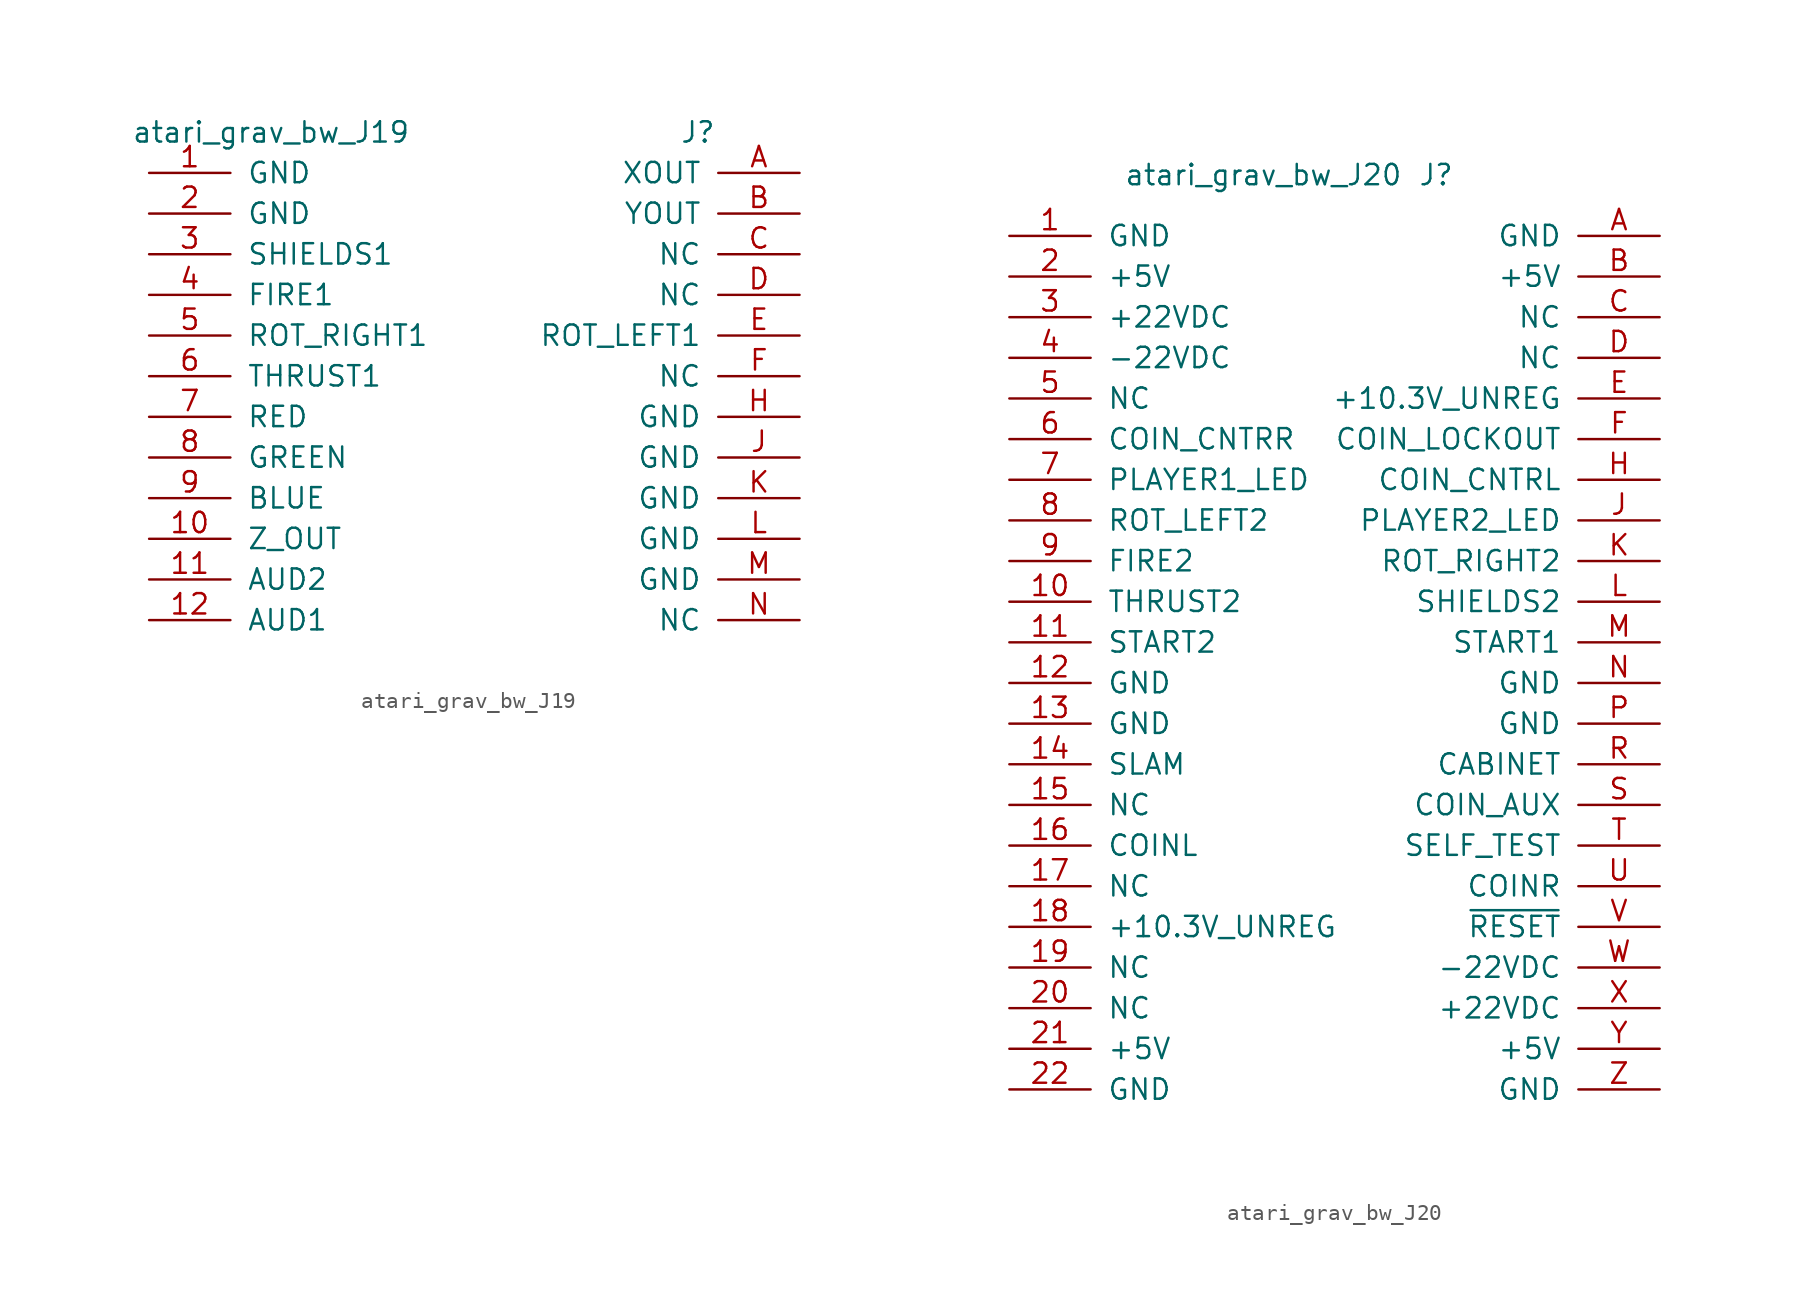
<source format=kicad_sym>
(kicad_symbol_lib
  (version 20211014)
  (generator kicad_symbol_editor)
  (symbol "atari_grav_bw_J19"
    (pin_names
      (offset 1.016))
    (property "Reference" "J"
      (at 15.24 16.51 0)
      (effects (font (size 1.27 1.27))))
    (property "Value" "atari_grav_bw_J19"
      (at -11.43 16.51 0)
      (effects (font (size 1.27 1.27))))
    (symbol "atari_grav_bw_J19_1_1"
      (pin passive line (at -19.05 13.97 0) (length 5.08) (name "GND" (effects (font (size 1.27 1.27)))) (number "1" (effects (font (size 1.27 1.27)))))
      (pin passive line (at -19.05 -8.89 0) (length 5.08) (name "Z_OUT" (effects (font (size 1.27 1.27)))) (number "10" (effects (font (size 1.27 1.27)))))
      (pin passive line (at -19.05 -11.43 0) (length 5.08) (name "AUD2" (effects (font (size 1.27 1.27)))) (number "11" (effects (font (size 1.27 1.27)))))
      (pin passive line (at -19.05 -13.97 0) (length 5.08) (name "AUD1" (effects (font (size 1.27 1.27)))) (number "12" (effects (font (size 1.27 1.27)))))
      (pin passive line (at -19.05 11.43 0) (length 5.08) (name "GND" (effects (font (size 1.27 1.27)))) (number "2" (effects (font (size 1.27 1.27)))))
      (pin passive line (at -19.05 8.89 0) (length 5.08) (name "SHIELDS1" (effects (font (size 1.27 1.27)))) (number "3" (effects (font (size 1.27 1.27)))))
      (pin passive line (at -19.05 6.35 0) (length 5.08) (name "FIRE1" (effects (font (size 1.27 1.27)))) (number "4" (effects (font (size 1.27 1.27)))))
      (pin passive line (at -19.05 3.81 0) (length 5.08) (name "ROT_RIGHT1" (effects (font (size 1.27 1.27)))) (number "5" (effects (font (size 1.27 1.27)))))
      (pin passive line (at -19.05 1.27 0) (length 5.08) (name "THRUST1" (effects (font (size 1.27 1.27)))) (number "6" (effects (font (size 1.27 1.27)))))
      (pin passive line (at -19.05 -1.27 0) (length 5.08) (name "RED" (effects (font (size 1.27 1.27)))) (number "7" (effects (font (size 1.27 1.27)))))
      (pin passive line (at -19.05 -3.81 0) (length 5.08) (name "GREEN" (effects (font (size 1.27 1.27)))) (number "8" (effects (font (size 1.27 1.27)))))
      (pin passive line (at -19.05 -6.35 0) (length 5.08) (name "BLUE" (effects (font (size 1.27 1.27)))) (number "9" (effects (font (size 1.27 1.27)))))
      (pin passive line (at 21.59 13.97 180) (length 5.08) (name "XOUT" (effects (font (size 1.27 1.27)))) (number "A" (effects (font (size 1.27 1.27)))))
      (pin passive line (at 21.59 11.43 180) (length 5.08) (name "YOUT" (effects (font (size 1.27 1.27)))) (number "B" (effects (font (size 1.27 1.27)))))
      (pin passive line (at 21.59 8.89 180) (length 5.08) (name "NC" (effects (font (size 1.27 1.27)))) (number "C" (effects (font (size 1.27 1.27)))))
      (pin passive line (at 21.59 6.35 180) (length 5.08) (name "NC" (effects (font (size 1.27 1.27)))) (number "D" (effects (font (size 1.27 1.27)))))
      (pin passive line (at 21.59 3.81 180) (length 5.08) (name "ROT_LEFT1" (effects (font (size 1.27 1.27)))) (number "E" (effects (font (size 1.27 1.27)))))
      (pin passive line (at 21.59 1.27 180) (length 5.08) (name "NC" (effects (font (size 1.27 1.27)))) (number "F" (effects (font (size 1.27 1.27)))))
      (pin passive line (at 21.59 -1.27 180) (length 5.08) (name "GND" (effects (font (size 1.27 1.27)))) (number "H" (effects (font (size 1.27 1.27)))))
      (pin passive line (at 21.59 -3.81 180) (length 5.08) (name "GND" (effects (font (size 1.27 1.27)))) (number "J" (effects (font (size 1.27 1.27)))))
      (pin passive line (at 21.59 -6.35 180) (length 5.08) (name "GND" (effects (font (size 1.27 1.27)))) (number "K" (effects (font (size 1.27 1.27)))))
      (pin passive line (at 21.59 -8.89 180) (length 5.08) (name "GND" (effects (font (size 1.27 1.27)))) (number "L" (effects (font (size 1.27 1.27)))))
      (pin passive line (at 21.59 -11.43 180) (length 5.08) (name "GND" (effects (font (size 1.27 1.27)))) (number "M" (effects (font (size 1.27 1.27)))))
      (pin passive line (at 21.59 -13.97 180) (length 5.08) (name "NC" (effects (font (size 1.27 1.27)))) (number "N" (effects (font (size 1.27 1.27)))))))
  (symbol "atari_grav_bw_J20"
    (pin_names
      (offset 1.016))
    (property "Reference" "J"
      (at 6.35 26.67 0)
      (effects (font (size 1.27 1.27))))
    (property "Value" "atari_grav_bw_J20"
      (at -4.445 26.67 0)
      (effects (font (size 1.27 1.27))))
    (symbol "atari_grav_bw_J20_1_1"
      (pin passive line (at -20.32 22.86 0) (length 5.08) (name "GND" (effects (font (size 1.27 1.27)))) (number "1" (effects (font (size 1.27 1.27)))))
      (pin passive line (at -20.32 0 0) (length 5.08) (name "THRUST2" (effects (font (size 1.27 1.27)))) (number "10" (effects (font (size 1.27 1.27)))))
      (pin passive line (at -20.32 -2.54 0) (length 5.08) (name "START2" (effects (font (size 1.27 1.27)))) (number "11" (effects (font (size 1.27 1.27)))))
      (pin passive line (at -20.32 -5.08 0) (length 5.08) (name "GND" (effects (font (size 1.27 1.27)))) (number "12" (effects (font (size 1.27 1.27)))))
      (pin passive line (at -20.32 -7.62 0) (length 5.08) (name "GND" (effects (font (size 1.27 1.27)))) (number "13" (effects (font (size 1.27 1.27)))))
      (pin passive line (at -20.32 -10.16 0) (length 5.08) (name "SLAM" (effects (font (size 1.27 1.27)))) (number "14" (effects (font (size 1.27 1.27)))))
      (pin passive line (at -20.32 -12.7 0) (length 5.08) (name "NC" (effects (font (size 1.27 1.27)))) (number "15" (effects (font (size 1.27 1.27)))))
      (pin passive line (at -20.32 -15.24 0) (length 5.08) (name "COINL" (effects (font (size 1.27 1.27)))) (number "16" (effects (font (size 1.27 1.27)))))
      (pin passive line (at -20.32 -17.78 0) (length 5.08) (name "NC" (effects (font (size 1.27 1.27)))) (number "17" (effects (font (size 1.27 1.27)))))
      (pin passive line (at -20.32 -20.32 0) (length 5.08) (name "+10.3V_UNREG" (effects (font (size 1.27 1.27)))) (number "18" (effects (font (size 1.27 1.27)))))
      (pin passive line (at -20.32 -22.86 0) (length 5.08) (name "NC" (effects (font (size 1.27 1.27)))) (number "19" (effects (font (size 1.27 1.27)))))
      (pin passive line (at -20.32 20.32 0) (length 5.08) (name "+5V" (effects (font (size 1.27 1.27)))) (number "2" (effects (font (size 1.27 1.27)))))
      (pin passive line (at -20.32 -25.4 0) (length 5.08) (name "NC" (effects (font (size 1.27 1.27)))) (number "20" (effects (font (size 1.27 1.27)))))
      (pin passive line (at -20.32 -27.94 0) (length 5.08) (name "+5V" (effects (font (size 1.27 1.27)))) (number "21" (effects (font (size 1.27 1.27)))))
      (pin passive line (at -20.32 -30.48 0) (length 5.08) (name "GND" (effects (font (size 1.27 1.27)))) (number "22" (effects (font (size 1.27 1.27)))))
      (pin passive line (at -20.32 17.78 0) (length 5.08) (name "+22VDC" (effects (font (size 1.27 1.27)))) (number "3" (effects (font (size 1.27 1.27)))))
      (pin passive line (at -20.32 15.24 0) (length 5.08) (name "-22VDC" (effects (font (size 1.27 1.27)))) (number "4" (effects (font (size 1.27 1.27)))))
      (pin passive line (at -20.32 12.7 0) (length 5.08) (name "NC" (effects (font (size 1.27 1.27)))) (number "5" (effects (font (size 1.27 1.27)))))
      (pin passive line (at -20.32 10.16 0) (length 5.08) (name "COIN_CNTRR" (effects (font (size 1.27 1.27)))) (number "6" (effects (font (size 1.27 1.27)))))
      (pin passive line (at -20.32 7.62 0) (length 5.08) (name "PLAYER1_LED" (effects (font (size 1.27 1.27)))) (number "7" (effects (font (size 1.27 1.27)))))
      (pin passive line (at -20.32 5.08 0) (length 5.08) (name "ROT_LEFT2" (effects (font (size 1.27 1.27)))) (number "8" (effects (font (size 1.27 1.27)))))
      (pin passive line (at -20.32 2.54 0) (length 5.08) (name "FIRE2" (effects (font (size 1.27 1.27)))) (number "9" (effects (font (size 1.27 1.27)))))
      (pin passive line (at 20.32 22.86 180) (length 5.08) (name "GND" (effects (font (size 1.27 1.27)))) (number "A" (effects (font (size 1.27 1.27)))))
      (pin passive line (at 20.32 20.32 180) (length 5.08) (name "+5V" (effects (font (size 1.27 1.27)))) (number "B" (effects (font (size 1.27 1.27)))))
      (pin passive line (at 20.32 17.78 180) (length 5.08) (name "NC" (effects (font (size 1.27 1.27)))) (number "C" (effects (font (size 1.27 1.27)))))
      (pin passive line (at 20.32 15.24 180) (length 5.08) (name "NC" (effects (font (size 1.27 1.27)))) (number "D" (effects (font (size 1.27 1.27)))))
      (pin passive line (at 20.32 12.7 180) (length 5.08) (name "+10.3V_UNREG" (effects (font (size 1.27 1.27)))) (number "E" (effects (font (size 1.27 1.27)))))
      (pin passive line (at 20.32 10.16 180) (length 5.08) (name "COIN_LOCKOUT" (effects (font (size 1.27 1.27)))) (number "F" (effects (font (size 1.27 1.27)))))
      (pin passive line (at 20.32 7.62 180) (length 5.08) (name "COIN_CNTRL" (effects (font (size 1.27 1.27)))) (number "H" (effects (font (size 1.27 1.27)))))
      (pin passive line (at 20.32 5.08 180) (length 5.08) (name "PLAYER2_LED" (effects (font (size 1.27 1.27)))) (number "J" (effects (font (size 1.27 1.27)))))
      (pin passive line (at 20.32 2.54 180) (length 5.08) (name "ROT_RIGHT2" (effects (font (size 1.27 1.27)))) (number "K" (effects (font (size 1.27 1.27)))))
      (pin passive line (at 20.32 0 180) (length 5.08) (name "SHIELDS2" (effects (font (size 1.27 1.27)))) (number "L" (effects (font (size 1.27 1.27)))))
      (pin passive line (at 20.32 -2.54 180) (length 5.08) (name "START1" (effects (font (size 1.27 1.27)))) (number "M" (effects (font (size 1.27 1.27)))))
      (pin passive line (at 20.32 -5.08 180) (length 5.08) (name "GND" (effects (font (size 1.27 1.27)))) (number "N" (effects (font (size 1.27 1.27)))))
      (pin passive line (at 20.32 -7.62 180) (length 5.08) (name "GND" (effects (font (size 1.27 1.27)))) (number "P" (effects (font (size 1.27 1.27)))))
      (pin passive line (at 20.32 -10.16 180) (length 5.08) (name "CABINET" (effects (font (size 1.27 1.27)))) (number "R" (effects (font (size 1.27 1.27)))))
      (pin passive line (at 20.32 -12.7 180) (length 5.08) (name "COIN_AUX" (effects (font (size 1.27 1.27)))) (number "S" (effects (font (size 1.27 1.27)))))
      (pin passive line (at 20.32 -15.24 180) (length 5.08) (name "SELF_TEST" (effects (font (size 1.27 1.27)))) (number "T" (effects (font (size 1.27 1.27)))))
      (pin passive line (at 20.32 -17.78 180) (length 5.08) (name "COINR" (effects (font (size 1.27 1.27)))) (number "U" (effects (font (size 1.27 1.27)))))
      (pin passive line (at 20.32 -20.32 180) (length 5.08) (name "~{RESET}" (effects (font (size 1.27 1.27)))) (number "V" (effects (font (size 1.27 1.27)))))
      (pin passive line (at 20.32 -22.86 180) (length 5.08) (name "-22VDC" (effects (font (size 1.27 1.27)))) (number "W" (effects (font (size 1.27 1.27)))))
      (pin passive line (at 20.32 -25.4 180) (length 5.08) (name "+22VDC" (effects (font (size 1.27 1.27)))) (number "X" (effects (font (size 1.27 1.27)))))
      (pin passive line (at 20.32 -27.94 180) (length 5.08) (name "+5V" (effects (font (size 1.27 1.27)))) (number "Y" (effects (font (size 1.27 1.27)))))
      (pin passive line (at 20.32 -30.48 180) (length 5.08) (name "GND" (effects (font (size 1.27 1.27)))) (number "Z" (effects (font (size 1.27 1.27))))))))
</source>
